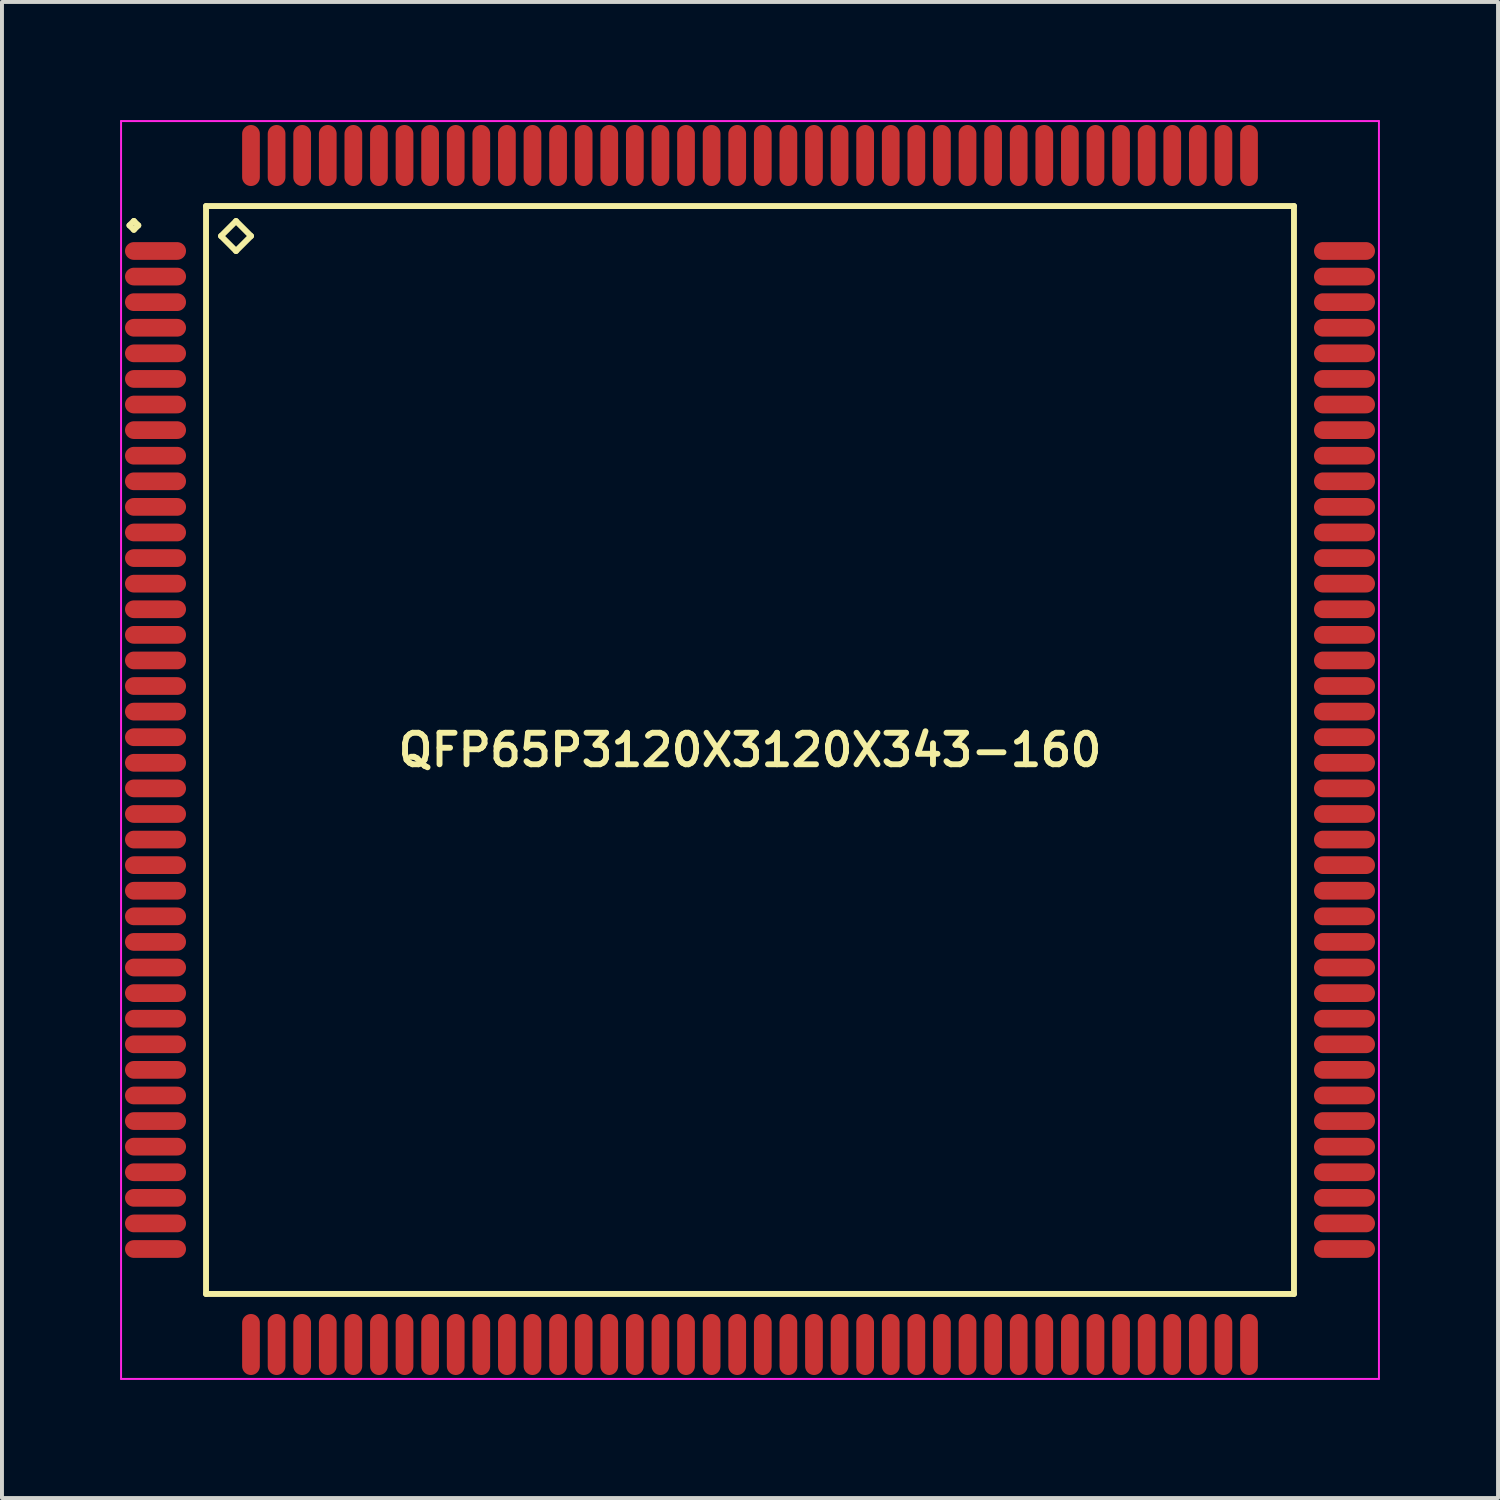
<source format=kicad_pcb>
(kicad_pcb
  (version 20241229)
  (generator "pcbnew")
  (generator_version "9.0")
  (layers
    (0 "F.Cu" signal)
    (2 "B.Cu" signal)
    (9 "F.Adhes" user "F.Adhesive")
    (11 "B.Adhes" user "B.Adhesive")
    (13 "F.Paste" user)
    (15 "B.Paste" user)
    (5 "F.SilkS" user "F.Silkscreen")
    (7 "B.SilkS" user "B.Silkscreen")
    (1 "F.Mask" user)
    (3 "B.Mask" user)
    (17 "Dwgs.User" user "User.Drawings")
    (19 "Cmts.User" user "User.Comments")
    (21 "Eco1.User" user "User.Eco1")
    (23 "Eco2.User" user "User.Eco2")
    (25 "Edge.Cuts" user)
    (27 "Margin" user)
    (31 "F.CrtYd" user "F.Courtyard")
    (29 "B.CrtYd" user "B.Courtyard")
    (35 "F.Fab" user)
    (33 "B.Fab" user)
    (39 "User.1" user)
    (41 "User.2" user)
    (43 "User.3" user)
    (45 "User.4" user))
  (footprint "QFP65P3120X3120X343-160"
    (layer "F.Cu")
    (at 16 16)
    (property "Reference" "QFP65P3120X3120X343-160" (at 0 0 0) (layer "F.SilkS") (effects (font (size 0.8 0.8) (thickness 0.15))))
    (attr smd)
    (fp_line (start -15.762 -13.325) (end -15.65 -13.438) (stroke (width 0.15) (type solid)) (layer "F.SilkS"))
    (fp_line (start -15.65 -13.438) (end -15.537 -13.325) (stroke (width 0.15) (type solid)) (layer "F.SilkS"))
    (fp_line (start -15.65 -13.213) (end -15.762 -13.325) (stroke (width 0.15) (type solid)) (layer "F.SilkS"))
    (fp_line (start -15.537 -13.325) (end -15.65 -13.213) (stroke (width 0.15) (type solid)) (layer "F.SilkS"))
    (fp_line (start -13.817 -13.817) (end -13.817 13.817) (stroke (width 0.15) (type solid)) (layer "F.SilkS"))
    (fp_line (start -13.817 13.817) (end 13.817 13.817) (stroke (width 0.15) (type solid)) (layer "F.SilkS"))
    (fp_line (start -13.436 -13.055) (end -13.055 -13.436) (stroke (width 0.15) (type solid)) (layer "F.SilkS"))
    (fp_line (start -13.055 -13.436) (end -12.674 -13.055) (stroke (width 0.15) (type solid)) (layer "F.SilkS"))
    (fp_line (start -13.055 -12.674) (end -13.436 -13.055) (stroke (width 0.15) (type solid)) (layer "F.SilkS"))
    (fp_line (start -12.674 -13.055) (end -13.055 -12.674) (stroke (width 0.15) (type solid)) (layer "F.SilkS"))
    (fp_line (start 13.817 -13.817) (end -13.817 -13.817) (stroke (width 0.15) (type solid)) (layer "F.SilkS"))
    (fp_line (start 13.817 13.817) (end 13.817 -13.817) (stroke (width 0.15) (type solid)) (layer "F.SilkS"))
    (fp_line (start -15.975 -15.975) (end 15.975 -15.975) (stroke (width 0.05) (type solid)) (layer "F.CrtYd"))
    (fp_line (start -15.975 15.975) (end -15.975 -15.975) (stroke (width 0.05) (type solid)) (layer "F.CrtYd"))
    (fp_line (start 15.975 -15.975) (end 15.975 15.975) (stroke (width 0.05) (type solid)) (layer "F.CrtYd"))
    (fp_line (start 15.975 15.975) (end -15.975 15.975) (stroke (width 0.05) (type solid)) (layer "F.CrtYd"))
    (pad "1" smd oval (at -15.1 -12.675) (size 1.55 0.45) (layers "F.Cu" "F.Mask" "F.Paste"))
    (pad "2" smd oval (at -15.1 -12.025) (size 1.55 0.45) (layers "F.Cu" "F.Mask" "F.Paste"))
    (pad "3" smd oval (at -15.1 -11.375) (size 1.55 0.45) (layers "F.Cu" "F.Mask" "F.Paste"))
    (pad "4" smd oval (at -15.1 -10.725) (size 1.55 0.45) (layers "F.Cu" "F.Mask" "F.Paste"))
    (pad "5" smd oval (at -15.1 -10.075) (size 1.55 0.45) (layers "F.Cu" "F.Mask" "F.Paste"))
    (pad "6" smd oval (at -15.1 -9.425) (size 1.55 0.45) (layers "F.Cu" "F.Mask" "F.Paste"))
    (pad "7" smd oval (at -15.1 -8.775) (size 1.55 0.45) (layers "F.Cu" "F.Mask" "F.Paste"))
    (pad "8" smd oval (at -15.1 -8.125) (size 1.55 0.45) (layers "F.Cu" "F.Mask" "F.Paste"))
    (pad "9" smd oval (at -15.1 -7.475) (size 1.55 0.45) (layers "F.Cu" "F.Mask" "F.Paste"))
    (pad "10" smd oval (at -15.1 -6.825) (size 1.55 0.45) (layers "F.Cu" "F.Mask" "F.Paste"))
    (pad "11" smd oval (at -15.1 -6.175) (size 1.55 0.45) (layers "F.Cu" "F.Mask" "F.Paste"))
    (pad "12" smd oval (at -15.1 -5.525) (size 1.55 0.45) (layers "F.Cu" "F.Mask" "F.Paste"))
    (pad "13" smd oval (at -15.1 -4.875) (size 1.55 0.45) (layers "F.Cu" "F.Mask" "F.Paste"))
    (pad "14" smd oval (at -15.1 -4.225) (size 1.55 0.45) (layers "F.Cu" "F.Mask" "F.Paste"))
    (pad "15" smd oval (at -15.1 -3.575) (size 1.55 0.45) (layers "F.Cu" "F.Mask" "F.Paste"))
    (pad "16" smd oval (at -15.1 -2.925) (size 1.55 0.45) (layers "F.Cu" "F.Mask" "F.Paste"))
    (pad "17" smd oval (at -15.1 -2.275) (size 1.55 0.45) (layers "F.Cu" "F.Mask" "F.Paste"))
    (pad "18" smd oval (at -15.1 -1.625) (size 1.55 0.45) (layers "F.Cu" "F.Mask" "F.Paste"))
    (pad "19" smd oval (at -15.1 -0.975) (size 1.55 0.45) (layers "F.Cu" "F.Mask" "F.Paste"))
    (pad "20" smd oval (at -15.1 -0.325) (size 1.55 0.45) (layers "F.Cu" "F.Mask" "F.Paste"))
    (pad "21" smd oval (at -15.1 0.325) (size 1.55 0.45) (layers "F.Cu" "F.Mask" "F.Paste"))
    (pad "22" smd oval (at -15.1 0.975) (size 1.55 0.45) (layers "F.Cu" "F.Mask" "F.Paste"))
    (pad "23" smd oval (at -15.1 1.625) (size 1.55 0.45) (layers "F.Cu" "F.Mask" "F.Paste"))
    (pad "24" smd oval (at -15.1 2.275) (size 1.55 0.45) (layers "F.Cu" "F.Mask" "F.Paste"))
    (pad "25" smd oval (at -15.1 2.925) (size 1.55 0.45) (layers "F.Cu" "F.Mask" "F.Paste"))
    (pad "26" smd oval (at -15.1 3.575) (size 1.55 0.45) (layers "F.Cu" "F.Mask" "F.Paste"))
    (pad "27" smd oval (at -15.1 4.225) (size 1.55 0.45) (layers "F.Cu" "F.Mask" "F.Paste"))
    (pad "28" smd oval (at -15.1 4.875) (size 1.55 0.45) (layers "F.Cu" "F.Mask" "F.Paste"))
    (pad "29" smd oval (at -15.1 5.525) (size 1.55 0.45) (layers "F.Cu" "F.Mask" "F.Paste"))
    (pad "30" smd oval (at -15.1 6.175) (size 1.55 0.45) (layers "F.Cu" "F.Mask" "F.Paste"))
    (pad "31" smd oval (at -15.1 6.825) (size 1.55 0.45) (layers "F.Cu" "F.Mask" "F.Paste"))
    (pad "32" smd oval (at -15.1 7.475) (size 1.55 0.45) (layers "F.Cu" "F.Mask" "F.Paste"))
    (pad "33" smd oval (at -15.1 8.125) (size 1.55 0.45) (layers "F.Cu" "F.Mask" "F.Paste"))
    (pad "34" smd oval (at -15.1 8.775) (size 1.55 0.45) (layers "F.Cu" "F.Mask" "F.Paste"))
    (pad "35" smd oval (at -15.1 9.425) (size 1.55 0.45) (layers "F.Cu" "F.Mask" "F.Paste"))
    (pad "36" smd oval (at -15.1 10.075) (size 1.55 0.45) (layers "F.Cu" "F.Mask" "F.Paste"))
    (pad "37" smd oval (at -15.1 10.725) (size 1.55 0.45) (layers "F.Cu" "F.Mask" "F.Paste"))
    (pad "38" smd oval (at -15.1 11.375) (size 1.55 0.45) (layers "F.Cu" "F.Mask" "F.Paste"))
    (pad "39" smd oval (at -15.1 12.025) (size 1.55 0.45) (layers "F.Cu" "F.Mask" "F.Paste"))
    (pad "40" smd oval (at -15.1 12.675) (size 1.55 0.45) (layers "F.Cu" "F.Mask" "F.Paste"))
    (pad "41" smd oval (at -12.675 15.1) (size 0.45 1.55) (layers "F.Cu" "F.Mask" "F.Paste"))
    (pad "42" smd oval (at -12.025 15.1) (size 0.45 1.55) (layers "F.Cu" "F.Mask" "F.Paste"))
    (pad "43" smd oval (at -11.375 15.1) (size 0.45 1.55) (layers "F.Cu" "F.Mask" "F.Paste"))
    (pad "44" smd oval (at -10.725 15.1) (size 0.45 1.55) (layers "F.Cu" "F.Mask" "F.Paste"))
    (pad "45" smd oval (at -10.075 15.1) (size 0.45 1.55) (layers "F.Cu" "F.Mask" "F.Paste"))
    (pad "46" smd oval (at -9.425 15.1) (size 0.45 1.55) (layers "F.Cu" "F.Mask" "F.Paste"))
    (pad "47" smd oval (at -8.775 15.1) (size 0.45 1.55) (layers "F.Cu" "F.Mask" "F.Paste"))
    (pad "48" smd oval (at -8.125 15.1) (size 0.45 1.55) (layers "F.Cu" "F.Mask" "F.Paste"))
    (pad "49" smd oval (at -7.475 15.1) (size 0.45 1.55) (layers "F.Cu" "F.Mask" "F.Paste"))
    (pad "50" smd oval (at -6.825 15.1) (size 0.45 1.55) (layers "F.Cu" "F.Mask" "F.Paste"))
    (pad "51" smd oval (at -6.175 15.1) (size 0.45 1.55) (layers "F.Cu" "F.Mask" "F.Paste"))
    (pad "52" smd oval (at -5.525 15.1) (size 0.45 1.55) (layers "F.Cu" "F.Mask" "F.Paste"))
    (pad "53" smd oval (at -4.875 15.1) (size 0.45 1.55) (layers "F.Cu" "F.Mask" "F.Paste"))
    (pad "54" smd oval (at -4.225 15.1) (size 0.45 1.55) (layers "F.Cu" "F.Mask" "F.Paste"))
    (pad "55" smd oval (at -3.575 15.1) (size 0.45 1.55) (layers "F.Cu" "F.Mask" "F.Paste"))
    (pad "56" smd oval (at -2.925 15.1) (size 0.45 1.55) (layers "F.Cu" "F.Mask" "F.Paste"))
    (pad "57" smd oval (at -2.275 15.1) (size 0.45 1.55) (layers "F.Cu" "F.Mask" "F.Paste"))
    (pad "58" smd oval (at -1.625 15.1) (size 0.45 1.55) (layers "F.Cu" "F.Mask" "F.Paste"))
    (pad "59" smd oval (at -0.975 15.1) (size 0.45 1.55) (layers "F.Cu" "F.Mask" "F.Paste"))
    (pad "60" smd oval (at -0.325 15.1) (size 0.45 1.55) (layers "F.Cu" "F.Mask" "F.Paste"))
    (pad "61" smd oval (at 0.325 15.1) (size 0.45 1.55) (layers "F.Cu" "F.Mask" "F.Paste"))
    (pad "62" smd oval (at 0.975 15.1) (size 0.45 1.55) (layers "F.Cu" "F.Mask" "F.Paste"))
    (pad "63" smd oval (at 1.625 15.1) (size 0.45 1.55) (layers "F.Cu" "F.Mask" "F.Paste"))
    (pad "64" smd oval (at 2.275 15.1) (size 0.45 1.55) (layers "F.Cu" "F.Mask" "F.Paste"))
    (pad "65" smd oval (at 2.925 15.1) (size 0.45 1.55) (layers "F.Cu" "F.Mask" "F.Paste"))
    (pad "66" smd oval (at 3.575 15.1) (size 0.45 1.55) (layers "F.Cu" "F.Mask" "F.Paste"))
    (pad "67" smd oval (at 4.225 15.1) (size 0.45 1.55) (layers "F.Cu" "F.Mask" "F.Paste"))
    (pad "68" smd oval (at 4.875 15.1) (size 0.45 1.55) (layers "F.Cu" "F.Mask" "F.Paste"))
    (pad "69" smd oval (at 5.525 15.1) (size 0.45 1.55) (layers "F.Cu" "F.Mask" "F.Paste"))
    (pad "70" smd oval (at 6.175 15.1) (size 0.45 1.55) (layers "F.Cu" "F.Mask" "F.Paste"))
    (pad "71" smd oval (at 6.825 15.1) (size 0.45 1.55) (layers "F.Cu" "F.Mask" "F.Paste"))
    (pad "72" smd oval (at 7.475 15.1) (size 0.45 1.55) (layers "F.Cu" "F.Mask" "F.Paste"))
    (pad "73" smd oval (at 8.125 15.1) (size 0.45 1.55) (layers "F.Cu" "F.Mask" "F.Paste"))
    (pad "74" smd oval (at 8.775 15.1) (size 0.45 1.55) (layers "F.Cu" "F.Mask" "F.Paste"))
    (pad "75" smd oval (at 9.425 15.1) (size 0.45 1.55) (layers "F.Cu" "F.Mask" "F.Paste"))
    (pad "76" smd oval (at 10.075 15.1) (size 0.45 1.55) (layers "F.Cu" "F.Mask" "F.Paste"))
    (pad "77" smd oval (at 10.725 15.1) (size 0.45 1.55) (layers "F.Cu" "F.Mask" "F.Paste"))
    (pad "78" smd oval (at 11.375 15.1) (size 0.45 1.55) (layers "F.Cu" "F.Mask" "F.Paste"))
    (pad "79" smd oval (at 12.025 15.1) (size 0.45 1.55) (layers "F.Cu" "F.Mask" "F.Paste"))
    (pad "80" smd oval (at 12.675 15.1) (size 0.45 1.55) (layers "F.Cu" "F.Mask" "F.Paste"))
    (pad "81" smd oval (at 15.1 12.675) (size 1.55 0.45) (layers "F.Cu" "F.Mask" "F.Paste"))
    (pad "82" smd oval (at 15.1 12.025) (size 1.55 0.45) (layers "F.Cu" "F.Mask" "F.Paste"))
    (pad "83" smd oval (at 15.1 11.375) (size 1.55 0.45) (layers "F.Cu" "F.Mask" "F.Paste"))
    (pad "84" smd oval (at 15.1 10.725) (size 1.55 0.45) (layers "F.Cu" "F.Mask" "F.Paste"))
    (pad "85" smd oval (at 15.1 10.075) (size 1.55 0.45) (layers "F.Cu" "F.Mask" "F.Paste"))
    (pad "86" smd oval (at 15.1 9.425) (size 1.55 0.45) (layers "F.Cu" "F.Mask" "F.Paste"))
    (pad "87" smd oval (at 15.1 8.775) (size 1.55 0.45) (layers "F.Cu" "F.Mask" "F.Paste"))
    (pad "88" smd oval (at 15.1 8.125) (size 1.55 0.45) (layers "F.Cu" "F.Mask" "F.Paste"))
    (pad "89" smd oval (at 15.1 7.475) (size 1.55 0.45) (layers "F.Cu" "F.Mask" "F.Paste"))
    (pad "90" smd oval (at 15.1 6.825) (size 1.55 0.45) (layers "F.Cu" "F.Mask" "F.Paste"))
    (pad "91" smd oval (at 15.1 6.175) (size 1.55 0.45) (layers "F.Cu" "F.Mask" "F.Paste"))
    (pad "92" smd oval (at 15.1 5.525) (size 1.55 0.45) (layers "F.Cu" "F.Mask" "F.Paste"))
    (pad "93" smd oval (at 15.1 4.875) (size 1.55 0.45) (layers "F.Cu" "F.Mask" "F.Paste"))
    (pad "94" smd oval (at 15.1 4.225) (size 1.55 0.45) (layers "F.Cu" "F.Mask" "F.Paste"))
    (pad "95" smd oval (at 15.1 3.575) (size 1.55 0.45) (layers "F.Cu" "F.Mask" "F.Paste"))
    (pad "96" smd oval (at 15.1 2.925) (size 1.55 0.45) (layers "F.Cu" "F.Mask" "F.Paste"))
    (pad "97" smd oval (at 15.1 2.275) (size 1.55 0.45) (layers "F.Cu" "F.Mask" "F.Paste"))
    (pad "98" smd oval (at 15.1 1.625) (size 1.55 0.45) (layers "F.Cu" "F.Mask" "F.Paste"))
    (pad "99" smd oval (at 15.1 0.975) (size 1.55 0.45) (layers "F.Cu" "F.Mask" "F.Paste"))
    (pad "100" smd oval (at 15.1 0.325) (size 1.55 0.45) (layers "F.Cu" "F.Mask" "F.Paste"))
    (pad "101" smd oval (at 15.1 -0.325) (size 1.55 0.45) (layers "F.Cu" "F.Mask" "F.Paste"))
    (pad "102" smd oval (at 15.1 -0.975) (size 1.55 0.45) (layers "F.Cu" "F.Mask" "F.Paste"))
    (pad "103" smd oval (at 15.1 -1.625) (size 1.55 0.45) (layers "F.Cu" "F.Mask" "F.Paste"))
    (pad "104" smd oval (at 15.1 -2.275) (size 1.55 0.45) (layers "F.Cu" "F.Mask" "F.Paste"))
    (pad "105" smd oval (at 15.1 -2.925) (size 1.55 0.45) (layers "F.Cu" "F.Mask" "F.Paste"))
    (pad "106" smd oval (at 15.1 -3.575) (size 1.55 0.45) (layers "F.Cu" "F.Mask" "F.Paste"))
    (pad "107" smd oval (at 15.1 -4.225) (size 1.55 0.45) (layers "F.Cu" "F.Mask" "F.Paste"))
    (pad "108" smd oval (at 15.1 -4.875) (size 1.55 0.45) (layers "F.Cu" "F.Mask" "F.Paste"))
    (pad "109" smd oval (at 15.1 -5.525) (size 1.55 0.45) (layers "F.Cu" "F.Mask" "F.Paste"))
    (pad "110" smd oval (at 15.1 -6.175) (size 1.55 0.45) (layers "F.Cu" "F.Mask" "F.Paste"))
    (pad "111" smd oval (at 15.1 -6.825) (size 1.55 0.45) (layers "F.Cu" "F.Mask" "F.Paste"))
    (pad "112" smd oval (at 15.1 -7.475) (size 1.55 0.45) (layers "F.Cu" "F.Mask" "F.Paste"))
    (pad "113" smd oval (at 15.1 -8.125) (size 1.55 0.45) (layers "F.Cu" "F.Mask" "F.Paste"))
    (pad "114" smd oval (at 15.1 -8.775) (size 1.55 0.45) (layers "F.Cu" "F.Mask" "F.Paste"))
    (pad "115" smd oval (at 15.1 -9.425) (size 1.55 0.45) (layers "F.Cu" "F.Mask" "F.Paste"))
    (pad "116" smd oval (at 15.1 -10.075) (size 1.55 0.45) (layers "F.Cu" "F.Mask" "F.Paste"))
    (pad "117" smd oval (at 15.1 -10.725) (size 1.55 0.45) (layers "F.Cu" "F.Mask" "F.Paste"))
    (pad "118" smd oval (at 15.1 -11.375) (size 1.55 0.45) (layers "F.Cu" "F.Mask" "F.Paste"))
    (pad "119" smd oval (at 15.1 -12.025) (size 1.55 0.45) (layers "F.Cu" "F.Mask" "F.Paste"))
    (pad "120" smd oval (at 15.1 -12.675) (size 1.55 0.45) (layers "F.Cu" "F.Mask" "F.Paste"))
    (pad "121" smd oval (at 12.675 -15.1) (size 0.45 1.55) (layers "F.Cu" "F.Mask" "F.Paste"))
    (pad "122" smd oval (at 12.025 -15.1) (size 0.45 1.55) (layers "F.Cu" "F.Mask" "F.Paste"))
    (pad "123" smd oval (at 11.375 -15.1) (size 0.45 1.55) (layers "F.Cu" "F.Mask" "F.Paste"))
    (pad "124" smd oval (at 10.725 -15.1) (size 0.45 1.55) (layers "F.Cu" "F.Mask" "F.Paste"))
    (pad "125" smd oval (at 10.075 -15.1) (size 0.45 1.55) (layers "F.Cu" "F.Mask" "F.Paste"))
    (pad "126" smd oval (at 9.425 -15.1) (size 0.45 1.55) (layers "F.Cu" "F.Mask" "F.Paste"))
    (pad "127" smd oval (at 8.775 -15.1) (size 0.45 1.55) (layers "F.Cu" "F.Mask" "F.Paste"))
    (pad "128" smd oval (at 8.125 -15.1) (size 0.45 1.55) (layers "F.Cu" "F.Mask" "F.Paste"))
    (pad "129" smd oval (at 7.475 -15.1) (size 0.45 1.55) (layers "F.Cu" "F.Mask" "F.Paste"))
    (pad "130" smd oval (at 6.825 -15.1) (size 0.45 1.55) (layers "F.Cu" "F.Mask" "F.Paste"))
    (pad "131" smd oval (at 6.175 -15.1) (size 0.45 1.55) (layers "F.Cu" "F.Mask" "F.Paste"))
    (pad "132" smd oval (at 5.525 -15.1) (size 0.45 1.55) (layers "F.Cu" "F.Mask" "F.Paste"))
    (pad "133" smd oval (at 4.875 -15.1) (size 0.45 1.55) (layers "F.Cu" "F.Mask" "F.Paste"))
    (pad "134" smd oval (at 4.225 -15.1) (size 0.45 1.55) (layers "F.Cu" "F.Mask" "F.Paste"))
    (pad "135" smd oval (at 3.575 -15.1) (size 0.45 1.55) (layers "F.Cu" "F.Mask" "F.Paste"))
    (pad "136" smd oval (at 2.925 -15.1) (size 0.45 1.55) (layers "F.Cu" "F.Mask" "F.Paste"))
    (pad "137" smd oval (at 2.275 -15.1) (size 0.45 1.55) (layers "F.Cu" "F.Mask" "F.Paste"))
    (pad "138" smd oval (at 1.625 -15.1) (size 0.45 1.55) (layers "F.Cu" "F.Mask" "F.Paste"))
    (pad "139" smd oval (at 0.975 -15.1) (size 0.45 1.55) (layers "F.Cu" "F.Mask" "F.Paste"))
    (pad "140" smd oval (at 0.325 -15.1) (size 0.45 1.55) (layers "F.Cu" "F.Mask" "F.Paste"))
    (pad "141" smd oval (at -0.325 -15.1) (size 0.45 1.55) (layers "F.Cu" "F.Mask" "F.Paste"))
    (pad "142" smd oval (at -0.975 -15.1) (size 0.45 1.55) (layers "F.Cu" "F.Mask" "F.Paste"))
    (pad "143" smd oval (at -1.625 -15.1) (size 0.45 1.55) (layers "F.Cu" "F.Mask" "F.Paste"))
    (pad "144" smd oval (at -2.275 -15.1) (size 0.45 1.55) (layers "F.Cu" "F.Mask" "F.Paste"))
    (pad "145" smd oval (at -2.925 -15.1) (size 0.45 1.55) (layers "F.Cu" "F.Mask" "F.Paste"))
    (pad "146" smd oval (at -3.575 -15.1) (size 0.45 1.55) (layers "F.Cu" "F.Mask" "F.Paste"))
    (pad "147" smd oval (at -4.225 -15.1) (size 0.45 1.55) (layers "F.Cu" "F.Mask" "F.Paste"))
    (pad "148" smd oval (at -4.875 -15.1) (size 0.45 1.55) (layers "F.Cu" "F.Mask" "F.Paste"))
    (pad "149" smd oval (at -5.525 -15.1) (size 0.45 1.55) (layers "F.Cu" "F.Mask" "F.Paste"))
    (pad "150" smd oval (at -6.175 -15.1) (size 0.45 1.55) (layers "F.Cu" "F.Mask" "F.Paste"))
    (pad "151" smd oval (at -6.825 -15.1) (size 0.45 1.55) (layers "F.Cu" "F.Mask" "F.Paste"))
    (pad "152" smd oval (at -7.475 -15.1) (size 0.45 1.55) (layers "F.Cu" "F.Mask" "F.Paste"))
    (pad "153" smd oval (at -8.125 -15.1) (size 0.45 1.55) (layers "F.Cu" "F.Mask" "F.Paste"))
    (pad "154" smd oval (at -8.775 -15.1) (size 0.45 1.55) (layers "F.Cu" "F.Mask" "F.Paste"))
    (pad "155" smd oval (at -9.425 -15.1) (size 0.45 1.55) (layers "F.Cu" "F.Mask" "F.Paste"))
    (pad "156" smd oval (at -10.075 -15.1) (size 0.45 1.55) (layers "F.Cu" "F.Mask" "F.Paste"))
    (pad "157" smd oval (at -10.725 -15.1) (size 0.45 1.55) (layers "F.Cu" "F.Mask" "F.Paste"))
    (pad "158" smd oval (at -11.375 -15.1) (size 0.45 1.55) (layers "F.Cu" "F.Mask" "F.Paste"))
    (pad "159" smd oval (at -12.025 -15.1) (size 0.45 1.55) (layers "F.Cu" "F.Mask" "F.Paste"))
    (pad "160" smd oval (at -12.675 -15.1) (size 0.45 1.55) (layers "F.Cu" "F.Mask" "F.Paste")))
  (gr_rect
    (start -3 -3)
    (end 35 35)
    (stroke (width 0.1) (type default))
    (fill no)
    (layer "Edge.Cuts")))
</source>
